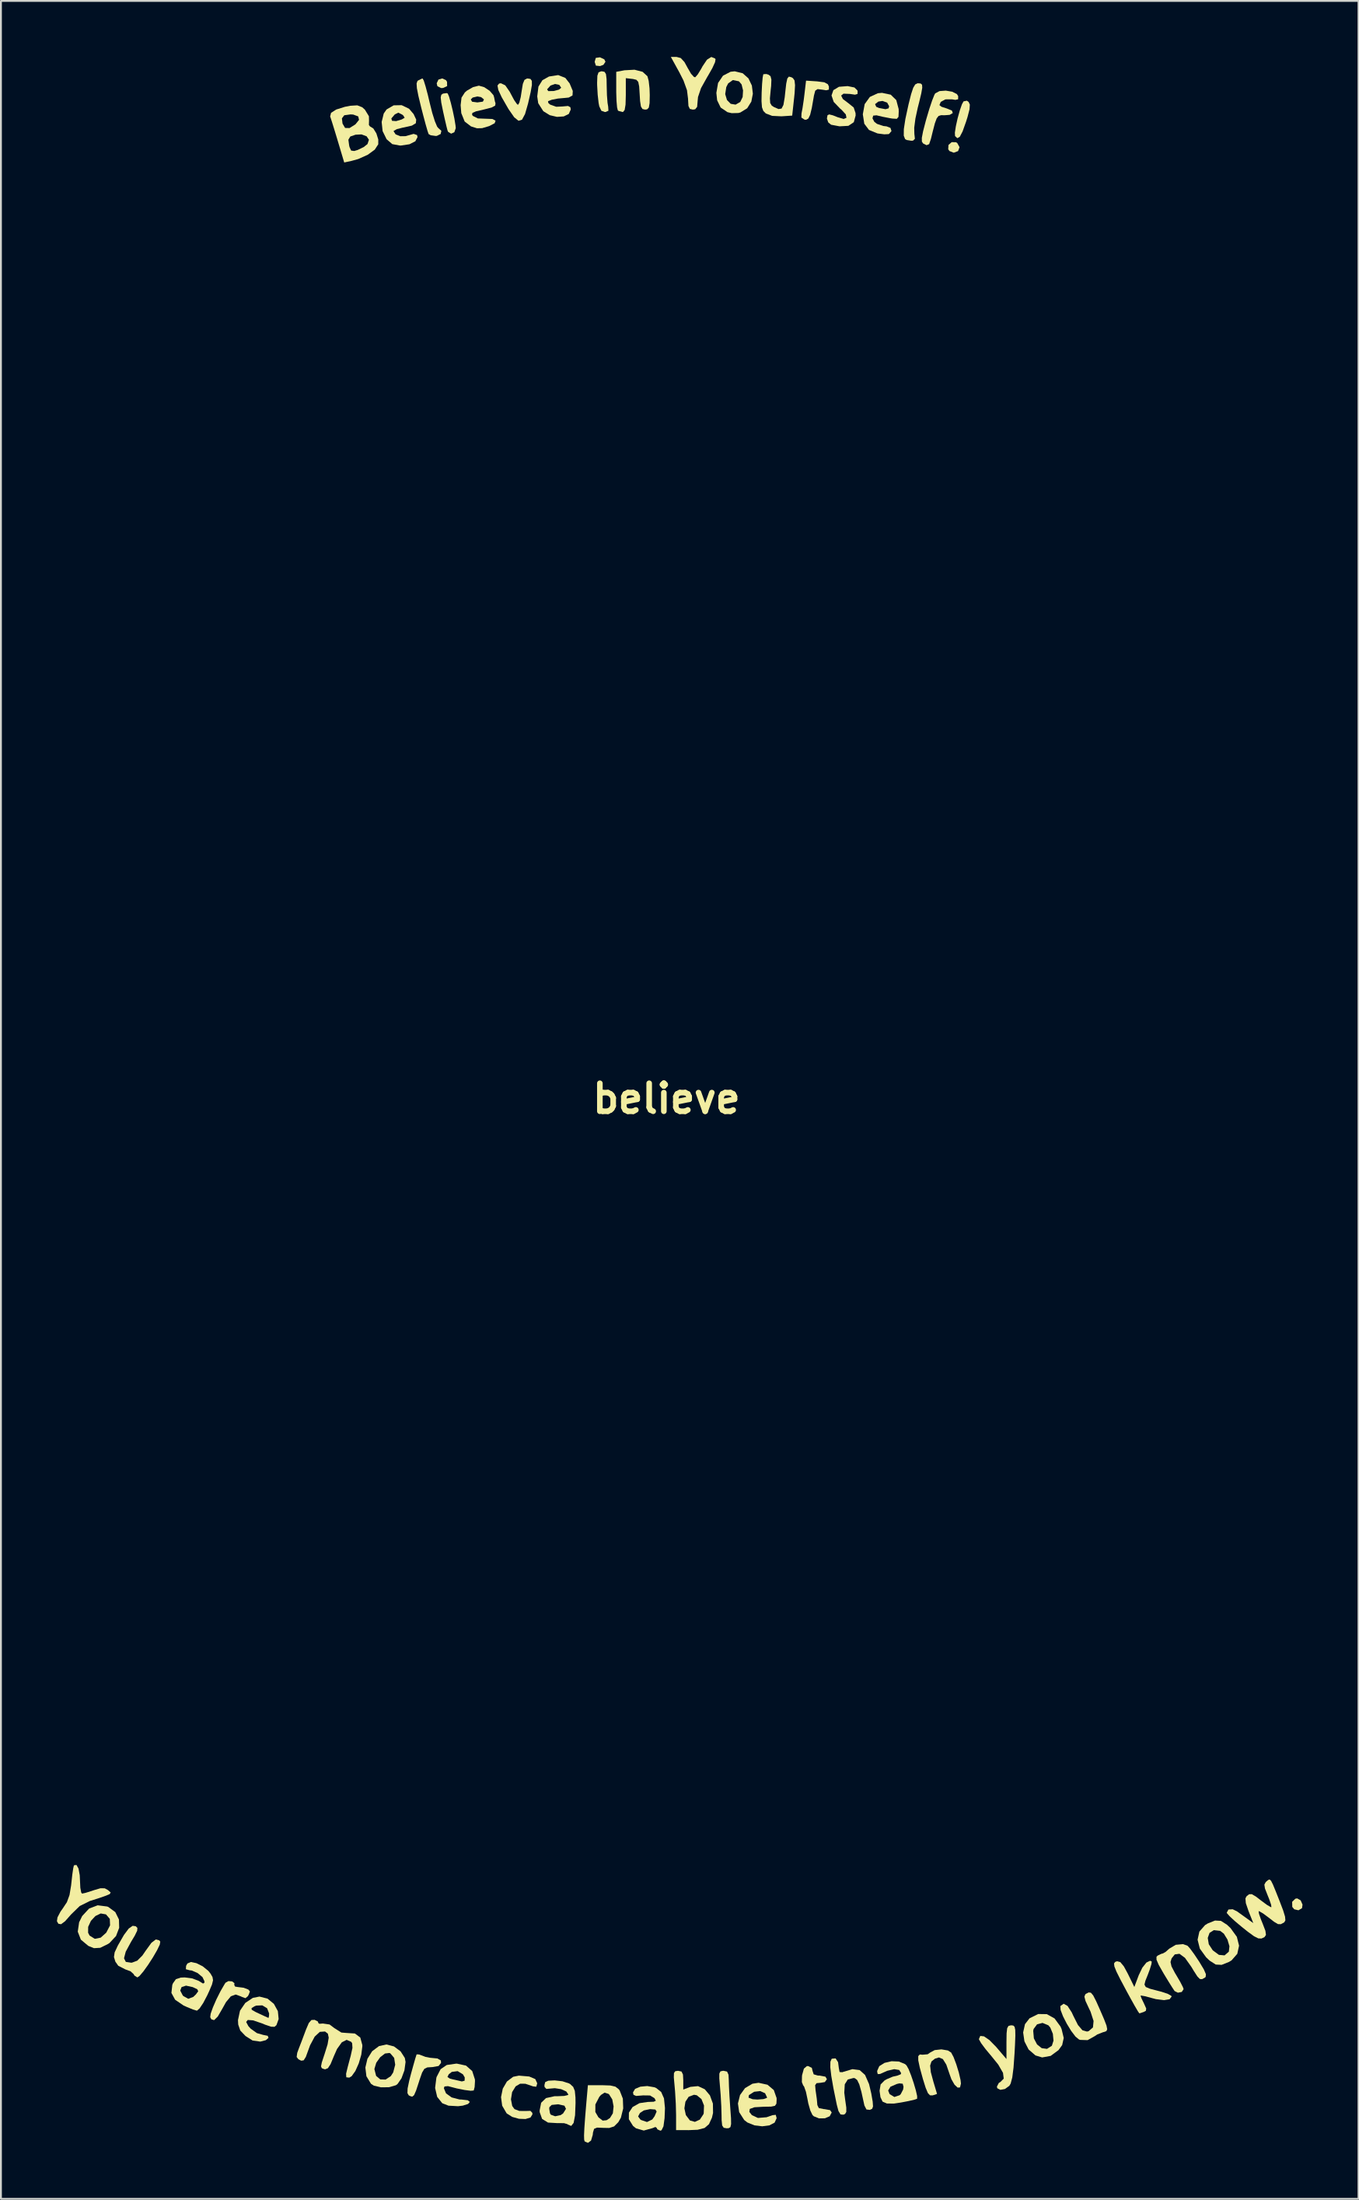
<source format=kicad_pcb>
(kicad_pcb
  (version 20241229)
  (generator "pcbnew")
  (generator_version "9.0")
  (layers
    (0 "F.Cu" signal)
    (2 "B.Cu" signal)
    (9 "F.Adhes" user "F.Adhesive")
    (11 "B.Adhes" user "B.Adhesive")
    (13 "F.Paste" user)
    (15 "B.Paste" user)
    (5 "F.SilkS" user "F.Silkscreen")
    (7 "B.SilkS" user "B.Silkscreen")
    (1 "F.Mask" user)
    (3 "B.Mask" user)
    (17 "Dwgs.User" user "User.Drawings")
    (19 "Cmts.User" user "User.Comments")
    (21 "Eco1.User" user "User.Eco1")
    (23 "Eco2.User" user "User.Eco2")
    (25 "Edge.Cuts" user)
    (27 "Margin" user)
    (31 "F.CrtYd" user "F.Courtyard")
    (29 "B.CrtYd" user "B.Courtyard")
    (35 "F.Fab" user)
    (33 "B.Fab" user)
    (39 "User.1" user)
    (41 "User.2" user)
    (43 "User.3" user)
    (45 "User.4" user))
  (footprint "believe"
    (layer "F.Cu")
    (at 32.665 55.803)
    (property "Reference" "believe" (at 0 0 0) (layer "F.SilkS") (effects (font (size 1.5 1.5) (thickness 0.3))))
    (attr board_only exclude_from_pos_files exclude_from_bom)
    (fp_poly (pts (xy -11.817 -54.56) (xy -11.76 -54.469) (xy -11.756 -54.241) (xy -11.971 -54.141) (xy -12.08 -54.135) (xy -12.278 -54.236) (xy -12.315 -54.392) (xy -12.221 -54.59) (xy -12.016 -54.651)) (stroke (width 0) (type solid)) (fill yes) (layer "F.SilkS"))
    (fp_poly (pts (xy 15.511 -51.234) (xy 15.579 -51.191) (xy 15.702 -50.967) (xy 15.624 -50.759) (xy 15.394 -50.672) (xy 15.163 -50.761) (xy 15.095 -50.855) (xy 15.109 -51.089) (xy 15.281 -51.238)) (stroke (width 0) (type solid)) (fill yes) (layer "F.SilkS"))
    (fp_poly (pts (xy 33.981 42.952) (xy 34.081 43.18) (xy 34.052 43.371) (xy 33.862 43.483) (xy 33.636 43.429) (xy 33.531 43.302) (xy 33.525 43.029) (xy 33.697 42.863) (xy 33.796 42.846)) (stroke (width 0) (type solid)) (fill yes) (layer "F.SilkS"))
    (fp_poly (pts (xy -3.56 -55.78) (xy -3.334 -55.675) (xy -3.271 -55.546) (xy -3.38 -55.381) (xy -3.56 -55.313) (xy -3.785 -55.337) (xy -3.848 -55.535) (xy -3.848 -55.546) (xy -3.79 -55.752) (xy -3.572 -55.782)) (stroke (width 0) (type solid)) (fill yes) (layer "F.SilkS"))
    (fp_poly (pts (xy 16.189 -53.392) (xy 16.254 -53.249) (xy 16.236 -52.995) (xy 16.128 -52.579) (xy 16.053 -52.34) (xy 15.867 -51.817) (xy 15.716 -51.526) (xy 15.584 -51.45) (xy 15.461 -51.565) (xy 15.452 -51.748) (xy 15.505 -52.092) (xy 15.599 -52.515) (xy 15.715 -52.935) (xy 15.831 -53.268) (xy 15.917 -53.423) (xy 16.096 -53.458)) (stroke (width 0) (type solid)) (fill yes) (layer "F.SilkS"))
    (fp_poly (pts (xy -11.724 -53.843) (xy -11.653 -53.679) (xy -11.557 -53.344) (xy -11.454 -52.92) (xy -11.364 -52.488) (xy -11.306 -52.131) (xy -11.293 -51.987) (xy -11.37 -51.768) (xy -11.541 -51.693) (xy -11.702 -51.79) (xy -11.733 -51.858) (xy -11.785 -52.059) (xy -11.872 -52.429) (xy -11.975 -52.891) (xy -11.975 -52.893) (xy -12.07 -53.359) (xy -12.1 -53.634) (xy -12.068 -53.775) (xy -11.978 -53.839) (xy -11.775 -53.866)) (stroke (width 0) (type solid)) (fill yes) (layer "F.SilkS"))
    (fp_poly (pts (xy -3.323 -55.006) (xy -3.245 -54.886) (xy -3.212 -54.616) (xy -3.205 -54.232) (xy -3.192 -53.755) (xy -3.16 -53.346) (xy -3.126 -53.141) (xy -3.112 -52.92) (xy -3.268 -52.853) (xy -3.304 -52.853) (xy -3.491 -52.919) (xy -3.603 -53.158) (xy -3.638 -53.334) (xy -3.688 -53.776) (xy -3.717 -54.286) (xy -3.719 -54.424) (xy -3.705 -54.797) (xy -3.642 -54.978) (xy -3.505 -55.032) (xy -3.464 -55.033)) (stroke (width 0) (type solid)) (fill yes) (layer "F.SilkS"))
    (fp_poly (pts (xy 8.067 -54.494) (xy 8.453 -54.444) (xy 8.647 -54.34) (xy 8.703 -54.213) (xy 8.699 -54.051) (xy 8.556 -54.016) (xy 8.356 -54.048) (xy 8.096 -54.08) (xy 7.969 -53.994) (xy 7.899 -53.727) (xy 7.887 -53.65) (xy 7.785 -53.068) (xy 7.696 -52.699) (xy 7.601 -52.503) (xy 7.485 -52.437) (xy 7.397 -52.443) (xy 7.227 -52.555) (xy 7.233 -52.773) (xy 7.287 -53.056) (xy 7.351 -53.483) (xy 7.39 -53.794) (xy 7.477 -54.533)) (stroke (width 0) (type solid)) (fill yes) (layer "F.SilkS"))
    (fp_poly (pts (xy 3.244 52.123) (xy 3.322 52.292) (xy 3.336 52.564) (xy 3.347 52.925) (xy 3.374 53.441) (xy 3.412 54.009) (xy 3.419 54.103) (xy 3.456 54.621) (xy 3.461 54.935) (xy 3.426 55.096) (xy 3.34 55.154) (xy 3.226 55.162) (xy 3.065 55.134) (xy 2.982 55.01) (xy 2.953 54.726) (xy 2.95 54.488) (xy 2.936 53.983) (xy 2.902 53.378) (xy 2.867 52.949) (xy 2.829 52.491) (xy 2.831 52.231) (xy 2.887 52.114) (xy 3.009 52.084) (xy 3.06 52.083)) (stroke (width 0) (type solid)) (fill yes) (layer "F.SilkS"))
    (fp_poly (pts (xy -13.006 -54.531) (xy -12.908 -54.216) (xy -12.786 -53.755) (xy -12.691 -53.353) (xy -12.552 -52.802) (xy -12.412 -52.356) (xy -12.291 -52.069) (xy -12.228 -51.992) (xy -12.065 -51.846) (xy -12.101 -51.676) (xy -12.305 -51.574) (xy -12.372 -51.57) (xy -12.636 -51.607) (xy -12.748 -51.671) (xy -12.803 -51.831) (xy -12.905 -52.183) (xy -13.036 -52.672) (xy -13.147 -53.102) (xy -13.296 -53.718) (xy -13.376 -54.13) (xy -13.392 -54.381) (xy -13.348 -54.511) (xy -13.317 -54.538) (xy -13.119 -54.635) (xy -13.067 -54.647)) (stroke (width 0) (type solid)) (fill yes) (layer "F.SilkS"))
    (fp_poly (pts (xy 13.618 -54.38) (xy 13.693 -54.315) (xy 13.704 -54.153) (xy 13.651 -53.849) (xy 13.534 -53.361) (xy 13.463 -53.083) (xy 13.337 -52.5) (xy 13.273 -52.008) (xy 13.281 -51.683) (xy 13.281 -51.682) (xy 13.31 -51.418) (xy 13.214 -51.321) (xy 13.116 -51.313) (xy 12.868 -51.353) (xy 12.786 -51.399) (xy 12.713 -51.584) (xy 12.717 -51.936) (xy 12.8 -52.481) (xy 12.965 -53.243) (xy 12.967 -53.254) (xy 13.106 -53.806) (xy 13.219 -54.15) (xy 13.327 -54.33) (xy 13.45 -54.39) (xy 13.48 -54.392)) (stroke (width 0) (type solid)) (fill yes) (layer "F.SilkS"))
    (fp_poly (pts (xy -23.278 47.293) (xy -23.153 47.386) (xy -23.163 47.478) (xy -23.118 47.57) (xy -22.981 47.593) (xy -22.658 47.633) (xy -22.407 47.729) (xy -22.323 47.831) (xy -22.386 48.001) (xy -22.434 48.086) (xy -22.564 48.192) (xy -22.767 48.118) (xy -22.8 48.098) (xy -23.087 47.995) (xy -23.345 48.091) (xy -23.605 48.404) (xy -23.793 48.741) (xy -24.046 49.176) (xy -24.242 49.368) (xy -24.39 49.323) (xy -24.451 49.21) (xy -24.426 49.022) (xy -24.305 48.681) (xy -24.119 48.255) (xy -23.898 47.815) (xy -23.674 47.429) (xy -23.631 47.364) (xy -23.474 47.276)) (stroke (width 0) (type solid)) (fill yes) (layer "F.SilkS"))
    (fp_poly (pts (xy -13.26 51.207) (xy -13.122 51.257) (xy -12.916 51.336) (xy -12.668 51.384) (xy -12.274 51.422) (xy -12.092 51.528) (xy -12.082 51.659) (xy -12.212 51.824) (xy -12.541 51.883) (xy -12.572 51.884) (xy -12.817 51.9) (xy -12.975 51.977) (xy -13.094 52.172) (xy -13.224 52.539) (xy -13.272 52.692) (xy -13.419 53.141) (xy -13.526 53.386) (xy -13.626 53.469) (xy -13.751 53.431) (xy -13.818 53.391) (xy -13.882 53.276) (xy -13.874 53.031) (xy -13.787 52.611) (xy -13.699 52.271) (xy -13.568 51.795) (xy -13.462 51.424) (xy -13.397 51.221) (xy -13.388 51.201)) (stroke (width 0) (type solid)) (fill yes) (layer "F.SilkS"))
    (fp_poly (pts (xy -7.356 52.388) (xy -7.031 52.526) (xy -6.927 52.753) (xy -6.979 52.935) (xy -7.152 52.916) (xy -7.564 52.776) (xy -7.843 52.773) (xy -8.072 52.908) (xy -8.086 52.92) (xy -8.273 53.223) (xy -8.335 53.61) (xy -8.267 53.967) (xy -8.147 54.134) (xy -7.888 54.232) (xy -7.57 54.236) (xy -7.293 54.227) (xy -7.191 54.333) (xy -7.184 54.414) (xy -7.29 54.586) (xy -7.556 54.665) (xy -7.907 54.653) (xy -8.265 54.553) (xy -8.554 54.371) (xy -8.573 54.352) (xy -8.806 53.952) (xy -8.867 53.493) (xy -8.774 53.038) (xy -8.551 52.654) (xy -8.218 52.403) (xy -7.912 52.341)) (stroke (width 0) (type solid)) (fill yes) (layer "F.SilkS"))
    (fp_poly (pts (xy -7.289 -54.624) (xy -7.217 -54.522) (xy -7.213 -54.302) (xy -7.279 -53.92) (xy -7.413 -53.334) (xy -7.42 -53.303) (xy -7.58 -52.746) (xy -7.743 -52.441) (xy -7.93 -52.383) (xy -8.16 -52.568) (xy -8.455 -52.992) (xy -8.502 -53.07) (xy -8.83 -53.642) (xy -9.013 -54.033) (xy -9.057 -54.27) (xy -8.971 -54.378) (xy -8.872 -54.392) (xy -8.64 -54.281) (xy -8.4 -53.935) (xy -8.338 -53.815) (xy -8.159 -53.483) (xy -8.011 -53.274) (xy -7.957 -53.237) (xy -7.887 -53.353) (xy -7.812 -53.651) (xy -7.767 -53.943) (xy -7.699 -54.358) (xy -7.612 -54.573) (xy -7.478 -54.646) (xy -7.431 -54.648)) (stroke (width 0) (type solid)) (fill yes) (layer "F.SilkS"))
    (fp_poly (pts (xy -29.972 43.281) (xy -29.912 43.304) (xy -29.536 43.581) (xy -29.342 43.974) (xy -29.329 44.422) (xy -29.498 44.863) (xy -29.847 45.235) (xy -29.935 45.293) (xy -30.344 45.493) (xy -30.677 45.513) (xy -30.98 45.392) (xy -31.382 45.057) (xy -31.526 44.686) (xy -30.994 44.686) (xy -30.915 44.837) (xy -30.636 45.012) (xy -30.319 44.949) (xy -30.022 44.682) (xy -29.817 44.29) (xy -29.831 43.942) (xy -30.037 43.702) (xy -30.318 43.653) (xy -30.603 43.791) (xy -30.844 44.051) (xy -30.991 44.371) (xy -30.994 44.686) (xy -31.526 44.686) (xy -31.548 44.628) (xy -31.476 44.127) (xy -31.313 43.793) (xy -30.943 43.392) (xy -30.482 43.216)) (stroke (width 0) (type solid)) (fill yes) (layer "F.SilkS"))
    (fp_poly (pts (xy 0.765 -55.743) (xy 0.962 -55.527) (xy 1.131 -55.219) (xy 1.314 -54.903) (xy 1.475 -54.727) (xy 1.543 -54.715) (xy 1.676 -54.871) (xy 1.859 -55.168) (xy 1.929 -55.299) (xy 2.167 -55.654) (xy 2.4 -55.801) (xy 2.595 -55.724) (xy 2.627 -55.679) (xy 2.6 -55.519) (xy 2.458 -55.208) (xy 2.231 -54.808) (xy 2.186 -54.735) (xy 1.849 -54.132) (xy 1.688 -53.655) (xy 1.668 -53.448) (xy 1.641 -53.131) (xy 1.537 -52.999) (xy 1.411 -52.981) (xy 1.25 -53.019) (xy 1.175 -53.177) (xy 1.155 -53.52) (xy 1.155 -53.554) (xy 1.097 -54.021) (xy 0.909 -54.542) (xy 0.694 -54.965) (xy 0.233 -55.803) (xy 0.54 -55.803)) (stroke (width 0) (type solid)) (fill yes) (layer "F.SilkS"))
    (fp_poly (pts (xy 4.083 -54.928) (xy 4.391 -54.654) (xy 4.574 -54.269) (xy 4.627 -53.834) (xy 4.545 -53.409) (xy 4.323 -53.053) (xy 3.956 -52.827) (xy 3.848 -52.799) (xy 3.492 -52.791) (xy 3.267 -52.844) (xy 2.902 -53.091) (xy 2.713 -53.48) (xy 2.678 -53.81) (xy 3.145 -53.81) (xy 3.24 -53.495) (xy 3.441 -53.291) (xy 3.701 -53.248) (xy 3.951 -53.391) (xy 4.08 -53.657) (xy 4.102 -54.009) (xy 4.023 -54.331) (xy 3.881 -54.498) (xy 3.553 -54.563) (xy 3.303 -54.384) (xy 3.202 -54.186) (xy 3.145 -53.81) (xy 2.678 -53.81) (xy 2.671 -53.877) (xy 2.762 -54.408) (xy 3.027 -54.799) (xy 3.433 -55.009) (xy 3.656 -55.033)) (stroke (width 0) (type solid)) (fill yes) (layer "F.SilkS"))
    (fp_poly (pts (xy 20.378 49.047) (xy 20.792 49.276) (xy 21.112 49.711) (xy 21.172 49.851) (xy 21.285 50.325) (xy 21.201 50.704) (xy 21.006 50.973) (xy 20.586 51.283) (xy 20.129 51.366) (xy 19.77 51.259) (xy 19.402 50.94) (xy 19.179 50.505) (xy 19.11 50.029) (xy 19.129 49.942) (xy 19.65 49.942) (xy 19.685 50.346) (xy 19.855 50.669) (xy 20.106 50.87) (xy 20.389 50.907) (xy 20.649 50.741) (xy 20.737 50.466) (xy 20.702 50.101) (xy 20.565 49.766) (xy 20.46 49.644) (xy 20.149 49.516) (xy 19.856 49.593) (xy 19.671 49.842) (xy 19.65 49.942) (xy 19.129 49.942) (xy 19.208 49.584) (xy 19.452 49.27) (xy 19.916 49.04)) (stroke (width 0) (type solid)) (fill yes) (layer "F.SilkS"))
    (fp_poly (pts (xy -1.282 -55.006) (xy -1.023 -54.77) (xy -0.955 -54.52) (xy -0.91 -54.113) (xy -0.898 -53.759) (xy -0.907 -53.326) (xy -0.948 -53.09) (xy -1.039 -52.995) (xy -1.148 -52.981) (xy -1.288 -53.013) (xy -1.371 -53.148) (xy -1.416 -53.441) (xy -1.437 -53.783) (xy -1.465 -54.221) (xy -1.514 -54.466) (xy -1.615 -54.578) (xy -1.794 -54.621) (xy -1.828 -54.625) (xy -2.181 -54.666) (xy -2.181 -53.759) (xy -2.195 -53.251) (xy -2.243 -52.962) (xy -2.33 -52.855) (xy -2.352 -52.853) (xy -2.57 -52.91) (xy -2.608 -52.938) (xy -2.649 -53.099) (xy -2.679 -53.447) (xy -2.694 -53.914) (xy -2.694 -54.014) (xy -2.694 -55.005) (xy -2.253 -55.088) (xy -1.714 -55.118)) (stroke (width 0) (type solid)) (fill yes) (layer "F.SilkS"))
    (fp_poly (pts (xy 10.07 -54.166) (xy 10.229 -54.009) (xy 10.24 -53.967) (xy 10.236 -53.82) (xy 10.102 -53.781) (xy 9.825 -53.821) (xy 9.485 -53.835) (xy 9.358 -53.733) (xy 9.45 -53.548) (xy 9.749 -53.322) (xy 10.03 -53.094) (xy 10.129 -52.796) (xy 10.134 -52.667) (xy 10.036 -52.307) (xy 9.746 -52.112) (xy 9.271 -52.086) (xy 8.819 -52.171) (xy 8.666 -52.297) (xy 8.595 -52.503) (xy 8.626 -52.679) (xy 8.717 -52.724) (xy 8.915 -52.675) (xy 9.17 -52.574) (xy 9.494 -52.48) (xy 9.644 -52.544) (xy 9.606 -52.725) (xy 9.369 -52.982) (xy 9.306 -53.032) (xy 8.959 -53.394) (xy 8.842 -53.739) (xy 8.941 -54.024) (xy 9.242 -54.204) (xy 9.707 -54.24)) (stroke (width 0) (type solid)) (fill yes) (layer "F.SilkS"))
    (fp_poly (pts (xy 29.708 44.05) (xy 30.033 44.258) (xy 30.223 44.437) (xy 30.561 44.904) (xy 30.68 45.379) (xy 30.585 45.815) (xy 30.278 46.166) (xy 30.137 46.251) (xy 29.745 46.407) (xy 29.43 46.39) (xy 29.106 46.182) (xy 28.915 46.002) (xy 28.578 45.536) (xy 28.458 45.061) (xy 28.479 44.963) (xy 29.002 44.963) (xy 29.058 45.302) (xy 29.271 45.628) (xy 29.602 45.872) (xy 29.903 45.899) (xy 30.127 45.704) (xy 30.133 45.695) (xy 30.164 45.409) (xy 30.059 45.053) (xy 29.865 44.737) (xy 29.668 44.585) (xy 29.329 44.547) (xy 29.099 44.693) (xy 29.002 44.963) (xy 28.479 44.963) (xy 28.553 44.624) (xy 28.861 44.274) (xy 29.001 44.189) (xy 29.393 44.032)) (stroke (width 0) (type solid)) (fill yes) (layer "F.SilkS"))
    (fp_poly (pts (xy -14.604 50.776) (xy -14.249 51.041) (xy -14.023 51.393) (xy -13.983 51.609) (xy -14.044 52.058) (xy -14.202 52.485) (xy -14.414 52.791) (xy -14.501 52.855) (xy -14.871 52.962) (xy -15.303 52.967) (xy -15.682 52.877) (xy -15.834 52.779) (xy -16.081 52.375) (xy -16.126 52) (xy -15.651 52) (xy -15.56 52.356) (xy -15.337 52.543) (xy -15.052 52.551) (xy -14.774 52.367) (xy -14.646 52.17) (xy -14.538 51.757) (xy -14.594 51.39) (xy -14.798 51.15) (xy -14.847 51.127) (xy -15.086 51.156) (xy -15.343 51.355) (xy -15.553 51.651) (xy -15.65 51.972) (xy -15.651 52) (xy -16.126 52) (xy -16.137 51.907) (xy -16.027 51.439) (xy -15.775 51.035) (xy -15.407 50.759) (xy -15.009 50.672)) (stroke (width 0) (type solid)) (fill yes) (layer "F.SilkS"))
    (fp_poly (pts (xy -31.509 41.247) (xy -31.442 41.607) (xy -31.429 41.892) (xy -31.411 42.276) (xy -31.363 42.529) (xy -31.317 42.59) (xy -31.135 42.55) (xy -30.814 42.451) (xy -30.687 42.407) (xy -30.33 42.302) (xy -30.102 42.306) (xy -29.933 42.398) (xy -29.784 42.53) (xy -29.839 42.617) (xy -30.026 42.696) (xy -30.361 42.814) (xy -30.787 42.951) (xy -30.902 42.986) (xy -31.443 43.255) (xy -31.904 43.704) (xy -32.226 44.068) (xy -32.443 44.23) (xy -32.586 44.205) (xy -32.665 44.068) (xy -32.634 43.861) (xy -32.473 43.554) (xy -32.359 43.394) (xy -32.13 43.048) (xy -31.99 42.666) (xy -31.904 42.148) (xy -31.89 42.017) (xy -31.84 41.567) (xy -31.791 41.23) (xy -31.754 41.076) (xy -31.752 41.074) (xy -31.618 41.054)) (stroke (width 0) (type solid)) (fill yes) (layer "F.SilkS"))
    (fp_poly (pts (xy 5.459 -54.856) (xy 5.574 -54.77) (xy 5.62 -54.587) (xy 5.606 -54.245) (xy 5.581 -54.017) (xy 5.541 -53.585) (xy 5.556 -53.334) (xy 5.64 -53.194) (xy 5.753 -53.12) (xy 6.004 -53.011) (xy 6.165 -53.037) (xy 6.265 -53.233) (xy 6.333 -53.634) (xy 6.359 -53.879) (xy 6.414 -54.37) (xy 6.473 -54.647) (xy 6.557 -54.749) (xy 6.688 -54.717) (xy 6.774 -54.667) (xy 6.859 -54.545) (xy 6.887 -54.291) (xy 6.863 -53.855) (xy 6.838 -53.61) (xy 6.735 -52.66) (xy 6.158 -52.622) (xy 5.66 -52.646) (xy 5.324 -52.773) (xy 5.189 -52.907) (xy 5.115 -53.104) (xy 5.09 -53.431) (xy 5.098 -53.889) (xy 5.121 -54.351) (xy 5.152 -54.702) (xy 5.186 -54.872) (xy 5.189 -54.877) (xy 5.342 -54.889)) (stroke (width 0) (type solid)) (fill yes) (layer "F.SilkS"))
    (fp_poly (pts (xy 15.309 -53.94) (xy 15.562 -53.811) (xy 15.63 -53.7) (xy 15.626 -53.536) (xy 15.478 -53.503) (xy 15.297 -53.532) (xy 14.946 -53.53) (xy 14.696 -53.396) (xy 14.624 -53.222) (xy 14.735 -53.133) (xy 15.002 -53.047) (xy 15.016 -53.043) (xy 15.293 -52.93) (xy 15.339 -52.797) (xy 15.172 -52.699) (xy 14.901 -52.679) (xy 14.711 -52.682) (xy 14.577 -52.639) (xy 14.476 -52.508) (xy 14.379 -52.244) (xy 14.264 -51.802) (xy 14.168 -51.409) (xy 14.073 -51.132) (xy 13.937 -51.075) (xy 13.751 -51.167) (xy 13.684 -51.266) (xy 13.681 -51.469) (xy 13.748 -51.82) (xy 13.889 -52.362) (xy 13.922 -52.48) (xy 14.082 -53.017) (xy 14.233 -53.468) (xy 14.353 -53.771) (xy 14.4 -53.853) (xy 14.629 -53.973) (xy 14.965 -53.998)) (stroke (width 0) (type solid)) (fill yes) (layer "F.SilkS"))
    (fp_poly (pts (xy 18.582 49.658) (xy 18.651 49.724) (xy 18.686 49.886) (xy 18.692 50.188) (xy 18.674 50.673) (xy 18.649 51.153) (xy 18.595 51.909) (xy 18.528 52.437) (xy 18.441 52.765) (xy 18.372 52.885) (xy 18.136 53.056) (xy 17.891 53.102) (xy 17.726 53.019) (xy 17.703 52.93) (xy 17.807 52.732) (xy 17.895 52.678) (xy 18.07 52.501) (xy 18.03 52.191) (xy 17.777 51.751) (xy 17.414 51.301) (xy 17.097 50.922) (xy 16.86 50.604) (xy 16.746 50.404) (xy 16.741 50.381) (xy 16.813 50.214) (xy 17.011 50.236) (xy 17.302 50.435) (xy 17.656 50.795) (xy 17.671 50.812) (xy 18.216 51.451) (xy 18.216 50.548) (xy 18.223 50.075) (xy 18.254 49.803) (xy 18.324 49.678) (xy 18.45 49.646) (xy 18.473 49.645)) (stroke (width 0) (type solid)) (fill yes) (layer "F.SilkS"))
    (fp_poly (pts (xy -28.443 44.337) (xy -28.353 44.426) (xy -28.364 44.577) (xy -28.493 44.842) (xy -28.697 45.182) (xy -28.978 45.701) (xy -29.07 46.054) (xy -28.972 46.248) (xy -28.684 46.291) (xy -28.64 46.287) (xy -28.361 46.183) (xy -28.088 45.91) (xy -27.902 45.639) (xy -27.6 45.224) (xy -27.364 45.045) (xy -27.182 45.093) (xy -27.126 45.164) (xy -27.155 45.325) (xy -27.3 45.626) (xy -27.521 46.007) (xy -27.778 46.405) (xy -28.031 46.758) (xy -28.24 47.003) (xy -28.356 47.08) (xy -28.513 46.978) (xy -28.555 46.902) (xy -28.72 46.751) (xy -29.002 46.648) (xy -29.377 46.456) (xy -29.532 46.237) (xy -29.609 45.989) (xy -29.572 45.738) (xy -29.406 45.383) (xy -29.399 45.369) (xy -29.074 44.805) (xy -28.817 44.461) (xy -28.607 44.315)) (stroke (width 0) (type solid)) (fill yes) (layer "F.SilkS"))
    (fp_poly (pts (xy 7.787 51.925) (xy 7.825 52.083) (xy 7.886 52.271) (xy 8.111 52.337) (xy 8.21 52.339) (xy 8.516 52.397) (xy 8.595 52.532) (xy 8.483 52.686) (xy 8.257 52.724) (xy 8.041 52.744) (xy 7.964 52.854) (xy 7.987 53.127) (xy 7.999 53.205) (xy 8.053 53.584) (xy 8.08 53.883) (xy 8.08 53.911) (xy 8.161 54.08) (xy 8.433 54.135) (xy 8.467 54.135) (xy 8.764 54.189) (xy 8.852 54.314) (xy 8.745 54.516) (xy 8.488 54.626) (xy 8.173 54.631) (xy 7.892 54.519) (xy 7.821 54.451) (xy 7.707 54.214) (xy 7.598 53.83) (xy 7.553 53.595) (xy 7.471 53.206) (xy 7.374 52.931) (xy 7.32 52.857) (xy 7.253 52.688) (xy 7.259 52.369) (xy 7.268 52.302) (xy 7.362 51.965) (xy 7.518 51.833) (xy 7.585 51.826)) (stroke (width 0) (type solid)) (fill yes) (layer "F.SilkS"))
    (fp_poly (pts (xy 15.076 50.992) (xy 15.251 51.103) (xy 15.38 51.343) (xy 15.528 51.735) (xy 15.664 52.179) (xy 15.756 52.576) (xy 15.777 52.766) (xy 15.728 52.973) (xy 15.6 52.983) (xy 15.434 52.827) (xy 15.267 52.537) (xy 15.173 52.275) (xy 14.992 51.749) (xy 14.808 51.454) (xy 14.598 51.366) (xy 14.383 51.433) (xy 14.198 51.582) (xy 14.126 51.804) (xy 14.163 52.154) (xy 14.302 52.672) (xy 14.41 53.031) (xy 14.48 53.267) (xy 14.495 53.319) (xy 14.391 53.36) (xy 14.255 53.399) (xy 14.12 53.396) (xy 14.006 53.276) (xy 13.887 52.995) (xy 13.741 52.527) (xy 13.574 51.92) (xy 13.49 51.521) (xy 13.489 51.295) (xy 13.572 51.208) (xy 13.722 51.221) (xy 13.996 51.196) (xy 14.122 51.107) (xy 14.371 50.973) (xy 14.731 50.934)) (stroke (width 0) (type solid)) (fill yes) (layer "F.SilkS"))
    (fp_poly (pts (xy 22.741 47.899) (xy 22.864 48.044) (xy 23.024 48.357) (xy 23.213 48.78) (xy 23.444 49.313) (xy 23.576 49.657) (xy 23.615 49.856) (xy 23.569 49.957) (xy 23.445 50.003) (xy 23.402 50.011) (xy 23.087 50.133) (xy 22.963 50.216) (xy 22.565 50.439) (xy 22.165 50.426) (xy 22.102 50.404) (xy 21.914 50.249) (xy 21.683 49.944) (xy 21.448 49.558) (xy 21.246 49.162) (xy 21.118 48.827) (xy 21.102 48.622) (xy 21.106 48.614) (xy 21.281 48.489) (xy 21.488 48.605) (xy 21.713 48.951) (xy 21.787 49.112) (xy 22.047 49.629) (xy 22.288 49.911) (xy 22.531 49.98) (xy 22.621 49.957) (xy 22.851 49.759) (xy 22.884 49.413) (xy 22.721 48.912) (xy 22.637 48.738) (xy 22.452 48.342) (xy 22.392 48.108) (xy 22.444 47.982) (xy 22.47 47.962) (xy 22.621 47.884)) (stroke (width 0) (type solid)) (fill yes) (layer "F.SilkS"))
    (fp_poly (pts (xy -13.796 -53.028) (xy -13.553 -52.744) (xy -13.412 -52.445) (xy -13.433 -52.251) (xy -13.646 -52.123) (xy -14.082 -52.024) (xy -14.141 -52.014) (xy -14.45 -51.935) (xy -14.616 -51.842) (xy -14.624 -51.82) (xy -14.515 -51.655) (xy -14.262 -51.555) (xy -13.975 -51.559) (xy -13.919 -51.577) (xy -13.551 -51.681) (xy -13.368 -51.619) (xy -13.341 -51.51) (xy -13.459 -51.285) (xy -13.774 -51.125) (xy -14.232 -51.057) (xy -14.286 -51.057) (xy -14.695 -51.132) (xy -15 -51.395) (xy -15.213 -51.829) (xy -15.264 -52.32) (xy -15.217 -52.509) (xy -14.744 -52.509) (xy -14.71 -52.382) (xy -14.49 -52.365) (xy -14.195 -52.451) (xy -14.033 -52.542) (xy -14.097 -52.657) (xy -14.163 -52.714) (xy -14.372 -52.818) (xy -14.56 -52.724) (xy -14.744 -52.509) (xy -15.217 -52.509) (xy -15.153 -52.771) (xy -15.002 -52.988) (xy -14.621 -53.21) (xy -14.193 -53.219)) (stroke (width 0) (type solid)) (fill yes) (layer "F.SilkS"))
    (fp_poly (pts (xy 0.803 52.121) (xy 0.882 52.283) (xy 0.898 52.585) (xy 0.898 53.087) (xy 1.28 52.943) (xy 1.69 52.903) (xy 2.05 53.071) (xy 2.326 53.398) (xy 2.486 53.838) (xy 2.494 54.341) (xy 2.434 54.596) (xy 2.275 54.941) (xy 2.04 55.145) (xy 1.668 55.241) (xy 1.187 55.261) (xy 0.513 55.26) (xy 0.513 54.46) (xy 0.504 54.092) (xy 0.958 54.092) (xy 1.036 54.453) (xy 1.253 54.74) (xy 1.521 54.818) (xy 1.788 54.695) (xy 1.976 54.412) (xy 1.994 54.351) (xy 2.009 53.941) (xy 1.872 53.596) (xy 1.621 53.392) (xy 1.475 53.366) (xy 1.189 53.472) (xy 1.013 53.739) (xy 0.958 54.092) (xy 0.504 54.092) (xy 0.498 53.853) (xy 0.459 53.193) (xy 0.431 52.871) (xy 0.392 52.439) (xy 0.399 52.203) (xy 0.467 52.104) (xy 0.609 52.083) (xy 0.623 52.083)) (stroke (width 0) (type solid)) (fill yes) (layer "F.SilkS"))
    (fp_poly (pts (xy 9.193 51.62) (xy 9.234 51.936) (xy 9.274 52.149) (xy 9.422 52.158) (xy 9.461 52.143) (xy 9.962 51.994) (xy 10.349 52.044) (xy 10.639 52.305) (xy 10.853 52.794) (xy 10.971 53.291) (xy 11.048 53.736) (xy 11.066 53.991) (xy 11.02 54.116) (xy 10.904 54.172) (xy 10.894 54.175) (xy 10.714 54.155) (xy 10.605 53.943) (xy 10.58 53.833) (xy 10.444 53.212) (xy 10.328 52.805) (xy 10.215 52.574) (xy 10.088 52.477) (xy 10.017 52.468) (xy 9.713 52.549) (xy 9.552 52.805) (xy 9.526 53.255) (xy 9.572 53.623) (xy 9.633 54.048) (xy 9.634 54.284) (xy 9.568 54.396) (xy 9.474 54.434) (xy 9.323 54.417) (xy 9.214 54.237) (xy 9.124 53.897) (xy 8.944 53.015) (xy 8.829 52.354) (xy 8.776 51.89) (xy 8.782 51.596) (xy 8.846 51.447) (xy 8.864 51.433) (xy 9.062 51.418)) (stroke (width 0) (type solid)) (fill yes) (layer "F.SilkS"))
    (fp_poly (pts (xy -5.421 -54.679) (xy -5.19 -54.382) (xy -5.023 -53.981) (xy -5.037 -53.739) (xy -5.241 -53.627) (xy -5.42 -53.609) (xy -5.821 -53.573) (xy -6.143 -53.511) (xy -6.35 -53.432) (xy -6.331 -53.334) (xy -6.238 -53.251) (xy -5.911 -53.134) (xy -5.579 -53.149) (xy -5.276 -53.176) (xy -5.151 -53.108) (xy -5.131 -52.986) (xy -5.237 -52.748) (xy -5.507 -52.616) (xy -5.87 -52.592) (xy -6.254 -52.682) (xy -6.589 -52.888) (xy -6.612 -52.911) (xy -6.875 -53.324) (xy -6.927 -53.689) (xy -6.881 -54.068) (xy -6.398 -54.068) (xy -6.336 -53.972) (xy -6.041 -53.978) (xy -6.029 -53.98) (xy -5.759 -54.053) (xy -5.644 -54.152) (xy -5.644 -54.154) (xy -5.746 -54.307) (xy -5.974 -54.354) (xy -6.21 -54.272) (xy -6.223 -54.262) (xy -6.398 -54.068) (xy -6.881 -54.068) (xy -6.863 -54.213) (xy -6.651 -54.556) (xy -6.297 -54.754) (xy -5.803 -54.831)) (stroke (width 0) (type solid)) (fill yes) (layer "F.SilkS"))
    (fp_poly (pts (xy 27.917 45.382) (xy 28.054 45.532) (xy 28.277 45.836) (xy 28.538 46.227) (xy 28.54 46.23) (xy 28.791 46.647) (xy 28.903 46.905) (xy 28.892 47.05) (xy 28.846 47.094) (xy 28.697 47.174) (xy 28.579 47.164) (xy 28.445 47.026) (xy 28.249 46.723) (xy 28.117 46.503) (xy 27.781 46.031) (xy 27.487 45.813) (xy 27.236 45.847) (xy 27.065 46.059) (xy 27.007 46.254) (xy 27.06 46.489) (xy 27.243 46.838) (xy 27.317 46.959) (xy 27.529 47.322) (xy 27.671 47.6) (xy 27.709 47.709) (xy 27.61 47.857) (xy 27.402 47.898) (xy 27.226 47.81) (xy 27.106 47.629) (xy 26.898 47.297) (xy 26.645 46.881) (xy 26.622 46.842) (xy 26.373 46.404) (xy 26.256 46.131) (xy 26.255 45.975) (xy 26.312 45.914) (xy 26.523 45.812) (xy 26.587 45.799) (xy 26.739 45.716) (xy 26.939 45.54) (xy 27.288 45.332) (xy 27.679 45.296)) (stroke (width 0) (type solid)) (fill yes) (layer "F.SilkS"))
    (fp_poly (pts (xy -3.011 52.869) (xy -2.737 52.932) (xy -2.562 53.068) (xy -2.509 53.138) (xy -2.34 53.571) (xy -2.32 54.095) (xy -2.444 54.595) (xy -2.582 54.833) (xy -2.808 55.061) (xy -3.07 55.145) (xy -3.384 55.139) (xy -3.72 55.125) (xy -3.879 55.19) (xy -3.939 55.384) (xy -3.953 55.514) (xy -4.044 55.82) (xy -4.211 55.942) (xy -4.385 55.865) (xy -4.413 55.77) (xy -4.419 55.543) (xy -4.402 55.152) (xy -4.36 54.57) (xy -4.337 54.289) (xy -3.814 54.289) (xy -3.647 54.575) (xy -3.421 54.75) (xy -3.214 54.73) (xy -3.03 54.611) (xy -2.875 54.359) (xy -2.836 53.992) (xy -2.906 53.617) (xy -3.077 53.345) (xy -3.119 53.315) (xy -3.32 53.252) (xy -3.51 53.374) (xy -3.6 53.476) (xy -3.812 53.884) (xy -3.814 54.289) (xy -4.337 54.289) (xy -4.293 53.765) (xy -4.283 53.654) (xy -4.213 52.853) (xy -3.461 52.853)) (stroke (width 0) (type solid)) (fill yes) (layer "F.SilkS"))
    (fp_poly (pts (xy 5.412 52.829) (xy 5.749 53.114) (xy 5.898 53.539) (xy 5.901 53.622) (xy 5.889 53.843) (xy 5.81 53.958) (xy 5.602 54.001) (xy 5.203 54.007) (xy 4.712 54.035) (xy 4.461 54.125) (xy 4.439 54.283) (xy 4.574 54.457) (xy 4.899 54.608) (xy 5.36 54.57) (xy 5.677 54.46) (xy 5.854 54.441) (xy 5.901 54.621) (xy 5.792 54.859) (xy 5.512 55.005) (xy 5.129 55.055) (xy 4.713 55.005) (xy 4.334 54.851) (xy 4.163 54.718) (xy 3.894 54.297) (xy 3.827 53.832) (xy 3.905 53.521) (xy 4.396 53.521) (xy 4.615 53.605) (xy 4.875 53.622) (xy 5.196 53.597) (xy 5.375 53.535) (xy 5.388 53.51) (xy 5.281 53.283) (xy 5.022 53.168) (xy 4.705 53.204) (xy 4.679 53.216) (xy 4.414 53.385) (xy 4.396 53.521) (xy 3.905 53.521) (xy 3.939 53.382) (xy 4.207 53.009) (xy 4.606 52.774) (xy 4.933 52.724)) (stroke (width 0) (type solid)) (fill yes) (layer "F.SilkS"))
    (fp_poly (pts (xy 12.014 -53.781) (xy 12.312 -53.491) (xy 12.439 -53.011) (xy 12.443 -52.874) (xy 12.43 -52.593) (xy 12.341 -52.487) (xy 12.1 -52.501) (xy 11.962 -52.524) (xy 11.583 -52.598) (xy 11.284 -52.668) (xy 11.257 -52.676) (xy 11.075 -52.659) (xy 11.036 -52.515) (xy 11.136 -52.327) (xy 11.28 -52.216) (xy 11.612 -52.104) (xy 11.794 -52.083) (xy 12.001 -52.001) (xy 12.055 -51.831) (xy 11.925 -51.68) (xy 11.898 -51.669) (xy 11.671 -51.657) (xy 11.332 -51.701) (xy 11.295 -51.709) (xy 10.849 -51.892) (xy 10.598 -52.224) (xy 10.519 -52.731) (xy 10.618 -53.274) (xy 10.618 -53.274) (xy 11.175 -53.274) (xy 11.239 -53.131) (xy 11.385 -53.069) (xy 11.735 -53.003) (xy 11.899 -53.048) (xy 11.93 -53.16) (xy 11.823 -53.357) (xy 11.573 -53.445) (xy 11.353 -53.412) (xy 11.175 -53.274) (xy 10.618 -53.274) (xy 10.896 -53.66) (xy 11.325 -53.858) (xy 11.547 -53.879)) (stroke (width 0) (type solid)) (fill yes) (layer "F.SilkS"))
    (fp_poly (pts (xy -9.767 -54.182) (xy -9.474 -53.987) (xy -9.273 -53.754) (xy -9.236 -53.633) (xy -9.194 -53.416) (xy -9.163 -53.323) (xy -9.18 -53.197) (xy -9.37 -53.093) (xy -9.771 -52.99) (xy -9.811 -52.981) (xy -10.212 -52.887) (xy -10.401 -52.805) (xy -10.421 -52.708) (xy -10.377 -52.643) (xy -10.106 -52.508) (xy -9.709 -52.493) (xy -9.332 -52.479) (xy -9.16 -52.388) (xy -9.21 -52.25) (xy -9.499 -52.1) (xy -9.506 -52.097) (xy -9.881 -51.987) (xy -10.156 -51.981) (xy -10.465 -52.078) (xy -10.479 -52.084) (xy -10.816 -52.343) (xy -10.997 -52.792) (xy -11.032 -53.22) (xy -10.996 -53.526) (xy -10.487 -53.526) (xy -10.42 -53.404) (xy -10.134 -53.366) (xy -9.84 -53.408) (xy -9.782 -53.526) (xy -9.936 -53.651) (xy -10.134 -53.686) (xy -10.388 -53.626) (xy -10.487 -53.526) (xy -10.996 -53.526) (xy -10.985 -53.622) (xy -10.807 -53.9) (xy -10.694 -53.998) (xy -10.366 -54.186) (xy -10.053 -54.264)) (stroke (width 0) (type solid)) (fill yes) (layer "F.SilkS"))
    (fp_poly (pts (xy -21.38 48.215) (xy -21.038 48.497) (xy -20.826 48.885) (xy -20.784 49.31) (xy -20.901 49.635) (xy -21.004 49.725) (xy -21.184 49.72) (xy -21.504 49.613) (xy -21.692 49.536) (xy -22.154 49.38) (xy -22.437 49.358) (xy -22.525 49.465) (xy -22.404 49.691) (xy -22.279 49.828) (xy -21.948 50.063) (xy -21.614 50.159) (xy -21.611 50.159) (xy -21.367 50.208) (xy -21.328 50.32) (xy -21.471 50.442) (xy -21.768 50.518) (xy -22.181 50.459) (xy -22.56 50.218) (xy -22.84 49.925) (xy -22.95 49.605) (xy -22.963 49.368) (xy -22.855 48.864) (xy -22.763 48.727) (xy -22.237 48.727) (xy -22.226 48.812) (xy -22.021 48.93) (xy -21.858 49.007) (xy -21.546 49.152) (xy -21.352 49.24) (xy -21.327 49.25) (xy -21.301 49.152) (xy -21.295 49.009) (xy -21.402 48.731) (xy -21.663 48.576) (xy -21.99 48.589) (xy -22.082 48.629) (xy -22.237 48.727) (xy -22.763 48.727) (xy -22.571 48.446) (xy -22.166 48.175) (xy -21.812 48.106)) (stroke (width 0) (type solid)) (fill yes) (layer "F.SilkS"))
    (fp_poly (pts (xy 26 46.226) (xy 25.985 46.363) (xy 25.893 46.662) (xy 25.794 46.928) (xy 25.661 47.259) (xy 25.611 47.464) (xy 25.679 47.591) (xy 25.905 47.686) (xy 26.324 47.796) (xy 26.522 47.847) (xy 26.853 47.956) (xy 27.046 48.065) (xy 27.068 48.102) (xy 26.957 48.249) (xy 26.66 48.297) (xy 26.227 48.243) (xy 26.001 48.184) (xy 25.656 48.09) (xy 25.438 48.052) (xy 25.4 48.061) (xy 25.453 48.203) (xy 25.581 48.469) (xy 25.589 48.485) (xy 25.705 48.744) (xy 25.686 48.869) (xy 25.579 48.927) (xy 25.382 48.994) (xy 25.336 49.004) (xy 25.262 48.899) (xy 25.094 48.613) (xy 24.86 48.194) (xy 24.649 47.807) (xy 24.322 47.193) (xy 24.109 46.767) (xy 23.999 46.492) (xy 23.98 46.331) (xy 24.041 46.248) (xy 24.146 46.213) (xy 24.317 46.259) (xy 24.509 46.492) (xy 24.718 46.878) (xy 25.068 47.592) (xy 25.303 46.963) (xy 25.498 46.556) (xy 25.715 46.283) (xy 25.913 46.187)) (stroke (width 0) (type solid)) (fill yes) (layer "F.SilkS"))
    (fp_poly (pts (xy -10.744 51.803) (xy -10.411 52.096) (xy -10.266 52.546) (xy -10.263 52.639) (xy -10.282 52.951) (xy -10.329 53.131) (xy -10.333 53.137) (xy -10.491 53.152) (xy -10.819 53.11) (xy -11.24 53.026) (xy -11.677 52.912) (xy -11.706 52.903) (xy -11.896 52.92) (xy -11.93 53.016) (xy -11.814 53.293) (xy -11.512 53.509) (xy -11.096 53.617) (xy -10.979 53.622) (xy -10.648 53.66) (xy -10.539 53.75) (xy -10.633 53.858) (xy -10.913 53.948) (xy -11.171 53.979) (xy -11.684 53.95) (xy -12.016 53.819) (xy -12.289 53.479) (xy -12.4 53.002) (xy -12.333 52.46) (xy -12.318 52.412) (xy -11.738 52.412) (xy -11.61 52.499) (xy -11.461 52.538) (xy -11.152 52.608) (xy -10.968 52.652) (xy -10.818 52.613) (xy -10.812 52.438) (xy -10.908 52.271) (xy -11.191 52.1) (xy -11.507 52.141) (xy -11.669 52.27) (xy -11.738 52.412) (xy -12.318 52.412) (xy -12.315 52.403) (xy -12.103 51.993) (xy -11.773 51.77) (xy -11.27 51.698) (xy -11.233 51.698)) (stroke (width 0) (type solid)) (fill yes) (layer "F.SilkS"))
    (fp_poly (pts (xy -0.656 52.963) (xy -0.548 53.007) (xy -0.287 53.215) (xy -0.135 53.559) (xy -0.083 54.077) (xy -0.104 54.616) (xy -0.163 55.056) (xy -0.265 55.265) (xy -0.333 55.29) (xy -0.496 55.214) (xy -0.513 55.157) (xy -0.592 55.09) (xy -0.761 55.157) (xy -1.219 55.283) (xy -1.635 55.163) (xy -1.796 55.033) (xy -2.018 54.676) (xy -2.017 54.527) (xy -1.522 54.527) (xy -1.41 54.681) (xy -1.362 54.718) (xy -1.045 54.826) (xy -0.763 54.689) (xy -0.638 54.514) (xy -0.529 54.263) (xy -0.598 54.157) (xy -0.882 54.135) (xy -1.213 54.204) (xy -1.423 54.342) (xy -1.522 54.527) (xy -2.017 54.527) (xy -2.015 54.323) (xy -1.816 54.021) (xy -1.448 53.815) (xy -1.011 53.751) (xy -0.687 53.739) (xy -0.575 53.689) (xy -0.629 53.574) (xy -0.652 53.545) (xy -0.882 53.404) (xy -1.264 53.399) (xy -1.31 53.404) (xy -1.631 53.428) (xy -1.77 53.366) (xy -1.796 53.239) (xy -1.684 53.051) (xy -1.403 52.933) (xy -1.033 52.898)) (stroke (width 0) (type solid)) (fill yes) (layer "F.SilkS"))
    (fp_poly (pts (xy -25.191 46.315) (xy -24.855 46.483) (xy -24.554 46.726) (xy -24.435 46.874) (xy -24.329 47.058) (xy -24.299 47.23) (xy -24.355 47.46) (xy -24.508 47.819) (xy -24.61 48.04) (xy -24.824 48.447) (xy -25.02 48.74) (xy -25.16 48.86) (xy -25.169 48.86) (xy -25.378 48.797) (xy -25.715 48.658) (xy -25.885 48.58) (xy -26.331 48.275) (xy -26.53 47.91) (xy -26.516 47.785) (xy -26.057 47.785) (xy -25.922 48.044) (xy -25.887 48.08) (xy -25.627 48.224) (xy -25.357 48.123) (xy -25.223 47.995) (xy -25.094 47.823) (xy -25.141 47.715) (xy -25.388 47.598) (xy -25.747 47.52) (xy -25.984 47.596) (xy -26.057 47.785) (xy -26.516 47.785) (xy -26.482 47.48) (xy -26.445 47.391) (xy -26.29 47.175) (xy -26.03 47.089) (xy -25.816 47.08) (xy -25.412 47.133) (xy -25.072 47.261) (xy -25.044 47.279) (xy -24.838 47.406) (xy -24.765 47.372) (xy -24.759 47.287) (xy -24.866 47.062) (xy -25.125 46.846) (xy -25.435 46.71) (xy -25.557 46.695) (xy -25.755 46.64) (xy -25.743 46.459) (xy -25.673 46.333) (xy -25.489 46.253)) (stroke (width 0) (type solid)) (fill yes) (layer "F.SilkS"))
    (fp_poly (pts (xy -5.576 52.643) (xy -5.223 52.758) (xy -5.16 52.796) (xy -5 52.945) (xy -4.913 53.158) (xy -4.879 53.508) (xy -4.875 53.811) (xy -4.9 54.466) (xy -4.977 54.873) (xy -5.106 55.036) (xy -5.29 54.959) (xy -5.309 54.941) (xy -5.489 54.888) (xy -5.803 54.883) (xy -5.835 54.886) (xy -6.348 54.856) (xy -6.667 54.66) (xy -6.796 54.296) (xy -6.799 54.211) (xy -6.78 54.114) (xy -6.286 54.114) (xy -6.244 54.358) (xy -6.2 54.435) (xy -5.964 54.518) (xy -5.673 54.456) (xy -5.542 54.366) (xy -5.387 54.12) (xy -5.47 53.951) (xy -5.779 53.88) (xy -5.837 53.879) (xy -6.151 53.91) (xy -6.275 54.026) (xy -6.286 54.114) (xy -6.78 54.114) (xy -6.717 53.794) (xy -6.459 53.544) (xy -6.005 53.444) (xy -5.817 53.442) (xy -5.48 53.428) (xy -5.282 53.379) (xy -5.26 53.35) (xy -5.372 53.189) (xy -5.645 53.066) (xy -5.984 53.013) (xy -6.173 53.029) (xy -6.438 53.053) (xy -6.534 52.951) (xy -6.542 52.849) (xy -6.501 52.688) (xy -6.335 52.613) (xy -5.994 52.596)) (stroke (width 0) (type solid)) (fill yes) (layer "F.SilkS"))
    (fp_poly (pts (xy 12.451 51.585) (xy 12.779 51.72) (xy 12.861 51.794) (xy 12.97 51.988) (xy 13.105 52.326) (xy 13.243 52.73) (xy 13.359 53.125) (xy 13.429 53.433) (xy 13.43 53.577) (xy 13.28 53.63) (xy 12.963 53.704) (xy 12.566 53.78) (xy 12.187 53.838) (xy 11.809 53.834) (xy 11.578 53.734) (xy 11.465 53.498) (xy 11.417 53.156) (xy 11.417 53.151) (xy 11.419 53.138) (xy 11.877 53.138) (xy 11.953 53.329) (xy 12.21 53.485) (xy 12.489 53.391) (xy 12.546 53.34) (xy 12.679 53.085) (xy 12.7 52.941) (xy 12.657 52.775) (xy 12.481 52.756) (xy 12.349 52.785) (xy 12.002 52.934) (xy 11.877 53.138) (xy 11.419 53.138) (xy 11.472 52.814) (xy 11.686 52.597) (xy 11.796 52.535) (xy 12.118 52.398) (xy 12.37 52.339) (xy 12.373 52.339) (xy 12.548 52.27) (xy 12.572 52.207) (xy 12.469 52.038) (xy 12.202 51.994) (xy 11.837 52.079) (xy 11.726 52.127) (xy 11.441 52.253) (xy 11.318 52.258) (xy 11.289 52.135) (xy 11.289 52.085) (xy 11.401 51.834) (xy 11.683 51.657) (xy 12.06 51.569)) (stroke (width 0) (type solid)) (fill yes) (layer "F.SilkS"))
    (fp_poly (pts (xy -16.308 -53.108) (xy -16.165 -52.982) (xy -15.947 -52.627) (xy -15.941 -52.391) (xy -15.948 -52.159) (xy -15.892 -52.083) (xy -15.711 -51.972) (xy -15.546 -51.705) (xy -15.445 -51.38) (xy -15.446 -51.123) (xy -15.633 -50.836) (xy -16.012 -50.56) (xy -16.52 -50.333) (xy -16.877 -50.234) (xy -17.27 -50.149) (xy -17.61 -51.285) (xy -17.635 -51.369) (xy -17.047 -51.369) (xy -17.004 -51.05) (xy -16.984 -50.971) (xy -16.899 -50.786) (xy -16.733 -50.764) (xy -16.544 -50.821) (xy -16.224 -50.976) (xy -16.022 -51.137) (xy -15.946 -51.365) (xy -16.071 -51.552) (xy -16.344 -51.653) (xy -16.663 -51.637) (xy -16.945 -51.54) (xy -17.047 -51.369) (xy -17.635 -51.369) (xy -17.768 -51.808) (xy -17.905 -52.251) (xy -17.989 -52.512) (xy -17.394 -52.512) (xy -17.361 -52.233) (xy -17.223 -51.998) (xy -16.986 -51.993) (xy -16.671 -52.19) (xy -16.476 -52.432) (xy -16.52 -52.618) (xy -16.789 -52.716) (xy -16.933 -52.724) (xy -17.268 -52.678) (xy -17.394 -52.512) (xy -17.989 -52.512) (xy -18 -52.546) (xy -18.024 -52.614) (xy -17.976 -52.807) (xy -17.701 -52.985) (xy -17.229 -53.132) (xy -16.943 -53.187) (xy -16.569 -53.21)) (stroke (width 0) (type solid)) (fill yes) (layer "F.SilkS"))
    (fp_poly (pts (xy 32.396 41.906) (xy 32.498 42.11) (xy 32.652 42.484) (xy 32.839 42.955) (xy 33.04 43.482) (xy 33.144 43.822) (xy 33.162 44.021) (xy 33.102 44.128) (xy 33.084 44.14) (xy 32.918 44.228) (xy 32.768 44.224) (xy 32.562 44.103) (xy 32.261 43.871) (xy 31.971 43.656) (xy 31.772 43.539) (xy 31.727 43.532) (xy 31.746 43.666) (xy 31.847 43.959) (xy 31.944 44.197) (xy 32.092 44.582) (xy 32.122 44.802) (xy 32.044 44.918) (xy 32.043 44.919) (xy 31.881 44.996) (xy 31.711 44.989) (xy 31.484 44.875) (xy 31.15 44.632) (xy 30.82 44.369) (xy 30.446 44.054) (xy 30.165 43.793) (xy 30.025 43.632) (xy 30.018 43.612) (xy 30.111 43.442) (xy 30.338 43.428) (xy 30.569 43.54) (xy 30.903 43.78) (xy 31.146 43.955) (xy 31.441 44.168) (xy 31.187 43.524) (xy 31.043 43.102) (xy 31.021 42.847) (xy 31.079 42.735) (xy 31.219 42.623) (xy 31.363 42.62) (xy 31.579 42.745) (xy 31.88 42.976) (xy 32.171 43.191) (xy 32.369 43.308) (xy 32.414 43.315) (xy 32.396 43.181) (xy 32.296 42.891) (xy 32.211 42.681) (xy 32.068 42.318) (xy 32.036 42.108) (xy 32.107 41.975) (xy 32.146 41.939) (xy 32.245 41.857) (xy 32.32 41.834)) (stroke (width 0) (type solid)) (fill yes) (layer "F.SilkS"))
    (fp_poly (pts (xy -18.854 49.353) (xy -18.677 49.444) (xy -18.663 49.513) (xy -18.604 49.564) (xy -18.412 49.549) (xy -18.056 49.601) (xy -17.802 49.792) (xy -17.421 50.033) (xy -17.16 50.054) (xy -16.697 50.084) (xy -16.409 50.3) (xy -16.3 50.7) (xy -16.299 50.772) (xy -16.355 51.218) (xy -16.49 51.682) (xy -16.672 52.091) (xy -16.872 52.371) (xy -16.999 52.448) (xy -17.159 52.43) (xy -17.17 52.243) (xy -17.159 52.192) (xy -17.085 51.886) (xy -16.974 51.467) (xy -16.923 51.282) (xy -16.829 50.856) (xy -16.845 50.607) (xy -16.894 50.531) (xy -17.14 50.424) (xy -17.399 50.556) (xy -17.656 50.915) (xy -17.827 51.303) (xy -18.001 51.724) (xy -18.143 51.942) (xy -18.286 52.001) (xy -18.344 51.992) (xy -18.47 51.944) (xy -18.513 51.845) (xy -18.471 51.634) (xy -18.344 51.247) (xy -18.333 51.217) (xy -18.162 50.667) (xy -18.101 50.306) (xy -18.148 50.09) (xy -18.299 49.977) (xy -18.577 49.996) (xy -18.85 50.249) (xy -19.099 50.714) (xy -19.183 50.943) (xy -19.326 51.336) (xy -19.443 51.521) (xy -19.577 51.54) (xy -19.726 51.462) (xy -19.819 51.342) (xy -19.789 51.123) (xy -19.715 50.919) (xy -19.56 50.519) (xy -19.381 50.042) (xy -19.322 49.883) (xy -19.168 49.522) (xy -19.028 49.361) (xy -18.858 49.352)) (stroke (width 0) (type solid)) (fill yes) (layer "F.SilkS")))
  (gr_rect
    (start -3 -3)
    (end 69.746 114.745)
    (stroke (width 0.1) (type default))
    (fill no)
    (layer "Edge.Cuts")))
</source>
